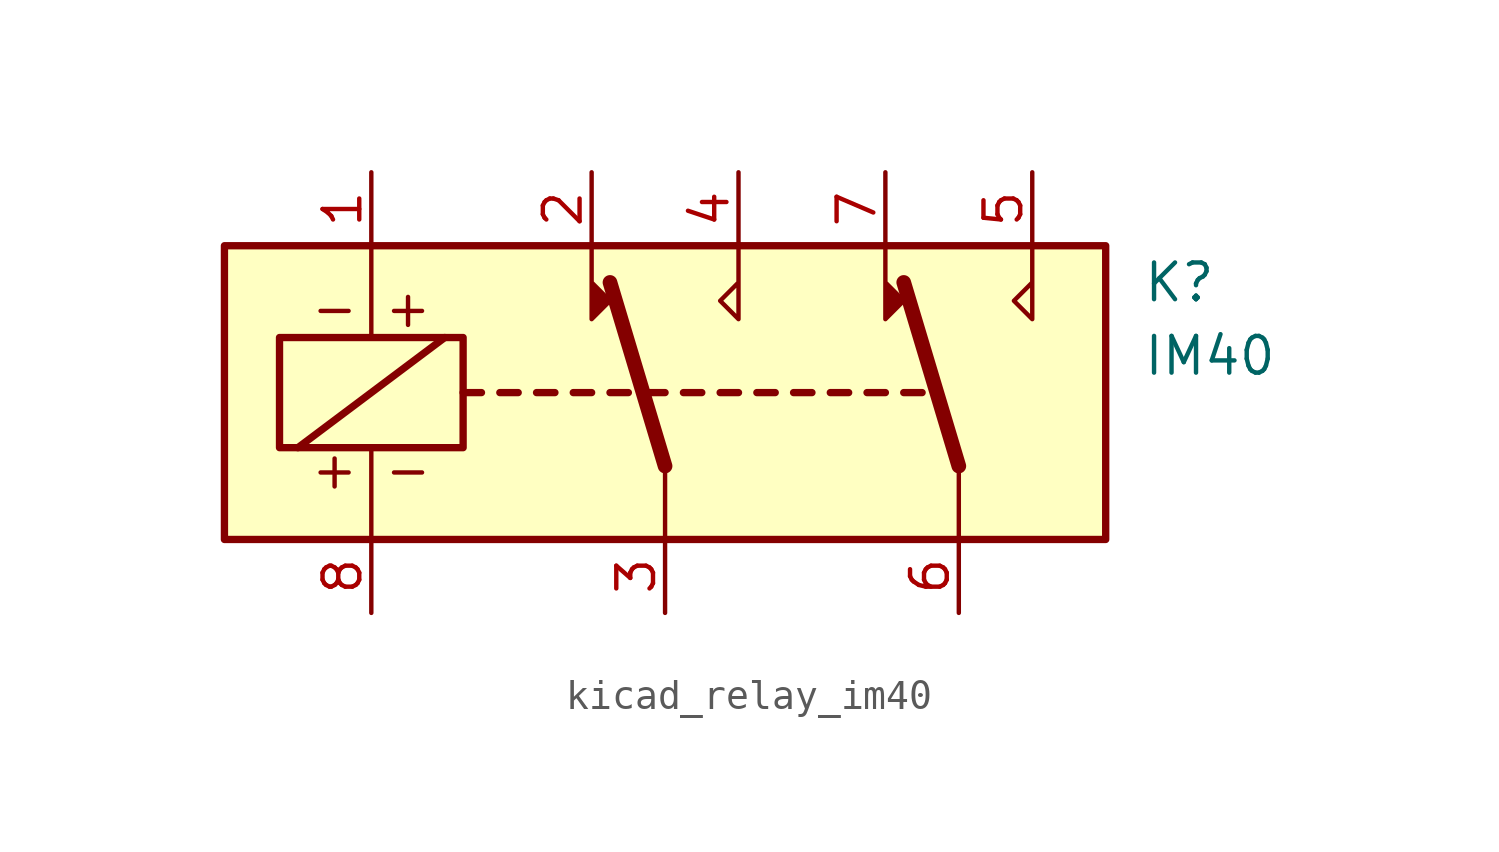
<source format=kicad_sym>
(kicad_symbol_lib
  (version 20220914)
  (generator kicad_symbol_editor)
  (symbol "kicad_relay_im40"
    (property "Reference" "K"
      (at 16.51 3.81 0)
      (effects (font (size 1.27 1.27)) (justify left)))
    (property "Value" "IM40"
      (at 16.51 1.27 0)
      (effects (font (size 1.27 1.27)) (justify left)))
    (symbol "kicad_relay_im40_0_0"
      (text "+ -" (at -10.16 -2.667 0) (effects (font (size 1.27 1.27))))
      (text "- +" (at -10.16 2.921 0) (effects (font (size 1.27 1.27)))))
    (symbol "kicad_relay_im40_0_1"
      (rectangle (start -15.24 5.08) (end 15.24 -5.08) (stroke (width 0.254) (type default)) (fill (type background)))
      (rectangle (start -13.335 1.905) (end -6.985 -1.905) (stroke (width 0.254) (type default)) (fill (type none)))
      (polyline (pts (xy -12.7 -1.905) (xy -7.62 1.905)) (stroke (width 0.254) (type default)) (fill (type none)))
      (polyline (pts (xy -10.16 -5.08) (xy -10.16 -1.905)) (stroke (width 0) (type default)) (fill (type none)))
      (polyline (pts (xy -10.16 5.08) (xy -10.16 1.905)) (stroke (width 0) (type default)) (fill (type none)))
      (polyline (pts (xy -6.985 0) (xy -6.35 0)) (stroke (width 0.254) (type default)) (fill (type none)))
      (polyline (pts (xy -5.715 0) (xy -5.08 0)) (stroke (width 0.254) (type default)) (fill (type none)))
      (polyline (pts (xy -4.445 0) (xy -3.81 0)) (stroke (width 0.254) (type default)) (fill (type none)))
      (polyline (pts (xy -3.175 0) (xy -2.54 0)) (stroke (width 0.254) (type default)) (fill (type none)))
      (polyline (pts (xy -1.905 0) (xy -1.27 0)) (stroke (width 0.254) (type default)) (fill (type none)))
      (polyline (pts (xy -0.635 0) (xy 0 0)) (stroke (width 0.254) (type default)) (fill (type none)))
      (polyline (pts (xy 0 -2.54) (xy -1.905 3.81)) (stroke (width 0.508) (type default)) (fill (type none)))
      (polyline (pts (xy 0 -2.54) (xy 0 -5.08)) (stroke (width 0) (type default)) (fill (type none)))
      (polyline (pts (xy 0.635 0) (xy 1.27 0)) (stroke (width 0.254) (type default)) (fill (type none)))
      (polyline (pts (xy 1.905 0) (xy 2.54 0)) (stroke (width 0.254) (type default)) (fill (type none)))
      (polyline (pts (xy 3.175 0) (xy 3.81 0)) (stroke (width 0.254) (type default)) (fill (type none)))
      (polyline (pts (xy 4.445 0) (xy 5.08 0)) (stroke (width 0.254) (type default)) (fill (type none)))
      (polyline (pts (xy 5.715 0) (xy 6.35 0)) (stroke (width 0.254) (type default)) (fill (type none)))
      (polyline (pts (xy 6.985 0) (xy 7.62 0)) (stroke (width 0.254) (type default)) (fill (type none)))
      (polyline (pts (xy 8.255 0) (xy 8.89 0)) (stroke (width 0.254) (type default)) (fill (type none)))
      (polyline (pts (xy 10.16 -2.54) (xy 8.255 3.81)) (stroke (width 0.508) (type default)) (fill (type none)))
      (polyline (pts (xy 10.16 -2.54) (xy 10.16 -5.08)) (stroke (width 0) (type default)) (fill (type none)))
      (polyline (pts (xy -2.54 5.08) (xy -2.54 2.54) (xy -1.905 3.175) (xy -2.54 3.81)) (stroke (width 0) (type default)) (fill (type outline)))
      (polyline (pts (xy 2.54 5.08) (xy 2.54 2.54) (xy 1.905 3.175) (xy 2.54 3.81)) (stroke (width 0) (type default)) (fill (type none)))
      (polyline (pts (xy 7.62 5.08) (xy 7.62 2.54) (xy 8.255 3.175) (xy 7.62 3.81)) (stroke (width 0) (type default)) (fill (type outline)))
      (polyline (pts (xy 12.7 5.08) (xy 12.7 2.54) (xy 12.065 3.175) (xy 12.7 3.81)) (stroke (width 0) (type default)) (fill (type none))))
    (symbol "kicad_relay_im40_1_1"
      (pin passive line (at -10.16 7.62 270) (length 2.54) (name "~" (effects (font (size 1.27 1.27)))) (number "1" (effects (font (size 1.27 1.27)))))
      (pin passive line (at -2.54 7.62 270) (length 2.54) (name "~" (effects (font (size 1.27 1.27)))) (number "2" (effects (font (size 1.27 1.27)))))
      (pin passive line (at 0 -7.62 90) (length 2.54) (name "~" (effects (font (size 1.27 1.27)))) (number "3" (effects (font (size 1.27 1.27)))))
      (pin passive line (at 2.54 7.62 270) (length 2.54) (name "~" (effects (font (size 1.27 1.27)))) (number "4" (effects (font (size 1.27 1.27)))))
      (pin passive line (at 12.7 7.62 270) (length 2.54) (name "~" (effects (font (size 1.27 1.27)))) (number "5" (effects (font (size 1.27 1.27)))))
      (pin passive line (at 10.16 -7.62 90) (length 2.54) (name "~" (effects (font (size 1.27 1.27)))) (number "6" (effects (font (size 1.27 1.27)))))
      (pin passive line (at 7.62 7.62 270) (length 2.54) (name "~" (effects (font (size 1.27 1.27)))) (number "7" (effects (font (size 1.27 1.27)))))
      (pin passive line (at -10.16 -7.62 90) (length 2.54) (name "~" (effects (font (size 1.27 1.27)))) (number "8" (effects (font (size 1.27 1.27))))))))
</source>
